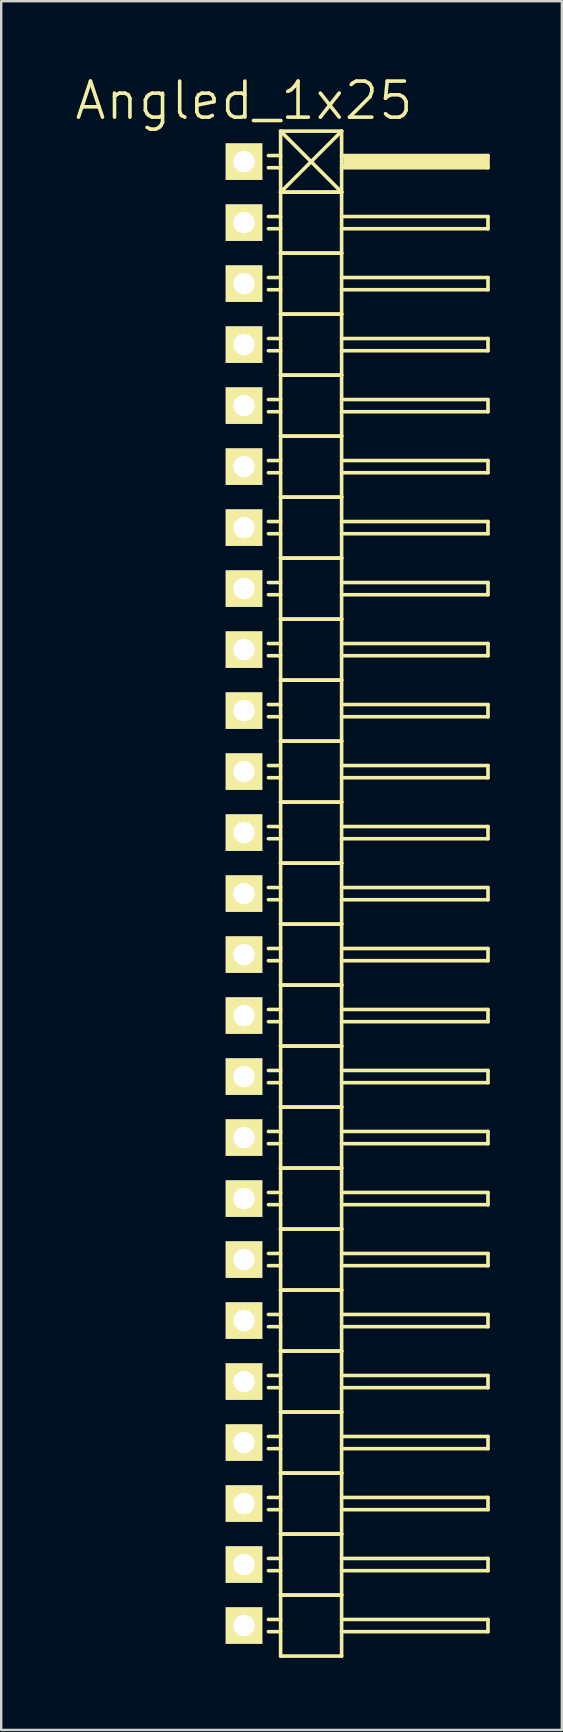
<source format=kicad_pcb>
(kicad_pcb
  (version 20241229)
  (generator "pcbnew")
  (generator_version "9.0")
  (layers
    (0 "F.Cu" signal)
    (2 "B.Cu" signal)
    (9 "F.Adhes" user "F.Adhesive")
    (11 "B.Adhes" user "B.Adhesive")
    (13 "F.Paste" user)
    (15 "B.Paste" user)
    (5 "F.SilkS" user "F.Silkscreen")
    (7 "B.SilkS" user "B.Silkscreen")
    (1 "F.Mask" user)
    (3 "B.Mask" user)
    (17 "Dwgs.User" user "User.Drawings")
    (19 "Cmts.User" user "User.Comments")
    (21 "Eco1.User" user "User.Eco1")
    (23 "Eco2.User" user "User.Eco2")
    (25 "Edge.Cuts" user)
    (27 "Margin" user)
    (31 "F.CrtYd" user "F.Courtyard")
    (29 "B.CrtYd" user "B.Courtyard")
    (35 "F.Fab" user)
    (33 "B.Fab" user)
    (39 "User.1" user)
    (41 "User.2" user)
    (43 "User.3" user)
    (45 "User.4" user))
  (footprint "Angled_1x25"
    (layer "F.Cu")
    (at 7.111 34.161)
    (property "Reference" "Angled_1x25" (at 0 -33.02 0) (layer "F.SilkS") (effects (font (size 1.5 1.5) (thickness 0.15))))
    (attr through_hole)
    (fp_line (start 1.524 -31.75) (end 1.524 -29.21) (stroke (width 0.15) (type solid)) (layer "F.SilkS"))
    (fp_line (start 1.524 -31.75) (end 4.064 -31.75) (stroke (width 0.15) (type solid)) (layer "F.SilkS"))
    (fp_line (start 1.524 -30.734) (end 1.016 -30.734) (stroke (width 0.15) (type solid)) (layer "F.SilkS"))
    (fp_line (start 1.524 -30.226) (end 1.016 -30.226) (stroke (width 0.15) (type solid)) (layer "F.SilkS"))
    (fp_line (start 1.524 -29.21) (end 1.524 -26.67) (stroke (width 0.15) (type solid)) (layer "F.SilkS"))
    (fp_line (start 1.524 -29.21) (end 4.064 -29.21) (stroke (width 0.15) (type solid)) (layer "F.SilkS"))
    (fp_line (start 1.524 -29.21) (end 4.064 -29.21) (stroke (width 0.15) (type solid)) (layer "F.SilkS"))
    (fp_line (start 1.524 -28.194) (end 1.016 -28.194) (stroke (width 0.15) (type solid)) (layer "F.SilkS"))
    (fp_line (start 1.524 -27.686) (end 1.016 -27.686) (stroke (width 0.15) (type solid)) (layer "F.SilkS"))
    (fp_line (start 1.524 -26.67) (end 1.524 -24.13) (stroke (width 0.15) (type solid)) (layer "F.SilkS"))
    (fp_line (start 1.524 -26.67) (end 4.064 -26.67) (stroke (width 0.15) (type solid)) (layer "F.SilkS"))
    (fp_line (start 1.524 -26.67) (end 4.064 -26.67) (stroke (width 0.15) (type solid)) (layer "F.SilkS"))
    (fp_line (start 1.524 -25.654) (end 1.016 -25.654) (stroke (width 0.15) (type solid)) (layer "F.SilkS"))
    (fp_line (start 1.524 -25.146) (end 1.016 -25.146) (stroke (width 0.15) (type solid)) (layer "F.SilkS"))
    (fp_line (start 1.524 -24.13) (end 1.524 -21.59) (stroke (width 0.15) (type solid)) (layer "F.SilkS"))
    (fp_line (start 1.524 -24.13) (end 4.064 -24.13) (stroke (width 0.15) (type solid)) (layer "F.SilkS"))
    (fp_line (start 1.524 -24.13) (end 4.064 -24.13) (stroke (width 0.15) (type solid)) (layer "F.SilkS"))
    (fp_line (start 1.524 -23.114) (end 1.016 -23.114) (stroke (width 0.15) (type solid)) (layer "F.SilkS"))
    (fp_line (start 1.524 -22.606) (end 1.016 -22.606) (stroke (width 0.15) (type solid)) (layer "F.SilkS"))
    (fp_line (start 1.524 -21.59) (end 1.524 -19.05) (stroke (width 0.15) (type solid)) (layer "F.SilkS"))
    (fp_line (start 1.524 -21.59) (end 4.064 -21.59) (stroke (width 0.15) (type solid)) (layer "F.SilkS"))
    (fp_line (start 1.524 -21.59) (end 4.064 -21.59) (stroke (width 0.15) (type solid)) (layer "F.SilkS"))
    (fp_line (start 1.524 -20.574) (end 1.016 -20.574) (stroke (width 0.15) (type solid)) (layer "F.SilkS"))
    (fp_line (start 1.524 -20.066) (end 1.016 -20.066) (stroke (width 0.15) (type solid)) (layer "F.SilkS"))
    (fp_line (start 1.524 -19.05) (end 1.524 -16.51) (stroke (width 0.15) (type solid)) (layer "F.SilkS"))
    (fp_line (start 1.524 -19.05) (end 4.064 -19.05) (stroke (width 0.15) (type solid)) (layer "F.SilkS"))
    (fp_line (start 1.524 -19.05) (end 4.064 -19.05) (stroke (width 0.15) (type solid)) (layer "F.SilkS"))
    (fp_line (start 1.524 -18.034) (end 1.016 -18.034) (stroke (width 0.15) (type solid)) (layer "F.SilkS"))
    (fp_line (start 1.524 -17.526) (end 1.016 -17.526) (stroke (width 0.15) (type solid)) (layer "F.SilkS"))
    (fp_line (start 1.524 -16.51) (end 1.524 -13.97) (stroke (width 0.15) (type solid)) (layer "F.SilkS"))
    (fp_line (start 1.524 -16.51) (end 4.064 -16.51) (stroke (width 0.15) (type solid)) (layer "F.SilkS"))
    (fp_line (start 1.524 -16.51) (end 4.064 -16.51) (stroke (width 0.15) (type solid)) (layer "F.SilkS"))
    (fp_line (start 1.524 -15.494) (end 1.016 -15.494) (stroke (width 0.15) (type solid)) (layer "F.SilkS"))
    (fp_line (start 1.524 -14.986) (end 1.016 -14.986) (stroke (width 0.15) (type solid)) (layer "F.SilkS"))
    (fp_line (start 1.524 -13.97) (end 1.524 -11.43) (stroke (width 0.15) (type solid)) (layer "F.SilkS"))
    (fp_line (start 1.524 -13.97) (end 4.064 -13.97) (stroke (width 0.15) (type solid)) (layer "F.SilkS"))
    (fp_line (start 1.524 -13.97) (end 4.064 -13.97) (stroke (width 0.15) (type solid)) (layer "F.SilkS"))
    (fp_line (start 1.524 -12.954) (end 1.016 -12.954) (stroke (width 0.15) (type solid)) (layer "F.SilkS"))
    (fp_line (start 1.524 -12.446) (end 1.016 -12.446) (stroke (width 0.15) (type solid)) (layer "F.SilkS"))
    (fp_line (start 1.524 -11.43) (end 1.524 -8.89) (stroke (width 0.15) (type solid)) (layer "F.SilkS"))
    (fp_line (start 1.524 -11.43) (end 4.064 -11.43) (stroke (width 0.15) (type solid)) (layer "F.SilkS"))
    (fp_line (start 1.524 -11.43) (end 4.064 -11.43) (stroke (width 0.15) (type solid)) (layer "F.SilkS"))
    (fp_line (start 1.524 -10.414) (end 1.016 -10.414) (stroke (width 0.15) (type solid)) (layer "F.SilkS"))
    (fp_line (start 1.524 -9.906) (end 1.016 -9.906) (stroke (width 0.15) (type solid)) (layer "F.SilkS"))
    (fp_line (start 1.524 -8.89) (end 1.524 -6.35) (stroke (width 0.15) (type solid)) (layer "F.SilkS"))
    (fp_line (start 1.524 -8.89) (end 4.064 -8.89) (stroke (width 0.15) (type solid)) (layer "F.SilkS"))
    (fp_line (start 1.524 -8.89) (end 4.064 -8.89) (stroke (width 0.15) (type solid)) (layer "F.SilkS"))
    (fp_line (start 1.524 -7.874) (end 1.016 -7.874) (stroke (width 0.15) (type solid)) (layer "F.SilkS"))
    (fp_line (start 1.524 -7.366) (end 1.016 -7.366) (stroke (width 0.15) (type solid)) (layer "F.SilkS"))
    (fp_line (start 1.524 -6.35) (end 1.524 -3.81) (stroke (width 0.15) (type solid)) (layer "F.SilkS"))
    (fp_line (start 1.524 -6.35) (end 4.064 -6.35) (stroke (width 0.15) (type solid)) (layer "F.SilkS"))
    (fp_line (start 1.524 -6.35) (end 4.064 -6.35) (stroke (width 0.15) (type solid)) (layer "F.SilkS"))
    (fp_line (start 1.524 -5.334) (end 1.016 -5.334) (stroke (width 0.15) (type solid)) (layer "F.SilkS"))
    (fp_line (start 1.524 -4.826) (end 1.016 -4.826) (stroke (width 0.15) (type solid)) (layer "F.SilkS"))
    (fp_line (start 1.524 -3.81) (end 1.524 -1.27) (stroke (width 0.15) (type solid)) (layer "F.SilkS"))
    (fp_line (start 1.524 -3.81) (end 4.064 -3.81) (stroke (width 0.15) (type solid)) (layer "F.SilkS"))
    (fp_line (start 1.524 -3.81) (end 4.064 -3.81) (stroke (width 0.15) (type solid)) (layer "F.SilkS"))
    (fp_line (start 1.524 -2.794) (end 1.016 -2.794) (stroke (width 0.15) (type solid)) (layer "F.SilkS"))
    (fp_line (start 1.524 -2.286) (end 1.016 -2.286) (stroke (width 0.15) (type solid)) (layer "F.SilkS"))
    (fp_line (start 1.524 -1.27) (end 1.524 1.27) (stroke (width 0.15) (type solid)) (layer "F.SilkS"))
    (fp_line (start 1.524 -1.27) (end 4.064 -1.27) (stroke (width 0.15) (type solid)) (layer "F.SilkS"))
    (fp_line (start 1.524 -1.27) (end 4.064 -1.27) (stroke (width 0.15) (type solid)) (layer "F.SilkS"))
    (fp_line (start 1.524 -0.254) (end 1.016 -0.254) (stroke (width 0.15) (type solid)) (layer "F.SilkS"))
    (fp_line (start 1.524 0.254) (end 1.016 0.254) (stroke (width 0.15) (type solid)) (layer "F.SilkS"))
    (fp_line (start 1.524 1.27) (end 1.524 3.81) (stroke (width 0.15) (type solid)) (layer "F.SilkS"))
    (fp_line (start 1.524 1.27) (end 4.064 1.27) (stroke (width 0.15) (type solid)) (layer "F.SilkS"))
    (fp_line (start 1.524 1.27) (end 4.064 1.27) (stroke (width 0.15) (type solid)) (layer "F.SilkS"))
    (fp_line (start 1.524 2.286) (end 1.016 2.286) (stroke (width 0.15) (type solid)) (layer "F.SilkS"))
    (fp_line (start 1.524 2.794) (end 1.016 2.794) (stroke (width 0.15) (type solid)) (layer "F.SilkS"))
    (fp_line (start 1.524 3.81) (end 1.524 6.35) (stroke (width 0.15) (type solid)) (layer "F.SilkS"))
    (fp_line (start 1.524 3.81) (end 4.064 3.81) (stroke (width 0.15) (type solid)) (layer "F.SilkS"))
    (fp_line (start 1.524 3.81) (end 4.064 3.81) (stroke (width 0.15) (type solid)) (layer "F.SilkS"))
    (fp_line (start 1.524 4.826) (end 1.016 4.826) (stroke (width 0.15) (type solid)) (layer "F.SilkS"))
    (fp_line (start 1.524 5.334) (end 1.016 5.334) (stroke (width 0.15) (type solid)) (layer "F.SilkS"))
    (fp_line (start 1.524 6.35) (end 1.524 8.89) (stroke (width 0.15) (type solid)) (layer "F.SilkS"))
    (fp_line (start 1.524 6.35) (end 4.064 6.35) (stroke (width 0.15) (type solid)) (layer "F.SilkS"))
    (fp_line (start 1.524 6.35) (end 4.064 6.35) (stroke (width 0.15) (type solid)) (layer "F.SilkS"))
    (fp_line (start 1.524 7.366) (end 1.016 7.366) (stroke (width 0.15) (type solid)) (layer "F.SilkS"))
    (fp_line (start 1.524 7.874) (end 1.016 7.874) (stroke (width 0.15) (type solid)) (layer "F.SilkS"))
    (fp_line (start 1.524 8.89) (end 1.524 11.43) (stroke (width 0.15) (type solid)) (layer "F.SilkS"))
    (fp_line (start 1.524 8.89) (end 4.064 8.89) (stroke (width 0.15) (type solid)) (layer "F.SilkS"))
    (fp_line (start 1.524 8.89) (end 4.064 8.89) (stroke (width 0.15) (type solid)) (layer "F.SilkS"))
    (fp_line (start 1.524 9.906) (end 1.016 9.906) (stroke (width 0.15) (type solid)) (layer "F.SilkS"))
    (fp_line (start 1.524 10.414) (end 1.016 10.414) (stroke (width 0.15) (type solid)) (layer "F.SilkS"))
    (fp_line (start 1.524 11.43) (end 1.524 13.97) (stroke (width 0.15) (type solid)) (layer "F.SilkS"))
    (fp_line (start 1.524 11.43) (end 4.064 11.43) (stroke (width 0.15) (type solid)) (layer "F.SilkS"))
    (fp_line (start 1.524 11.43) (end 4.064 11.43) (stroke (width 0.15) (type solid)) (layer "F.SilkS"))
    (fp_line (start 1.524 12.446) (end 1.016 12.446) (stroke (width 0.15) (type solid)) (layer "F.SilkS"))
    (fp_line (start 1.524 12.954) (end 1.016 12.954) (stroke (width 0.15) (type solid)) (layer "F.SilkS"))
    (fp_line (start 1.524 13.97) (end 1.524 16.51) (stroke (width 0.15) (type solid)) (layer "F.SilkS"))
    (fp_line (start 1.524 13.97) (end 4.064 13.97) (stroke (width 0.15) (type solid)) (layer "F.SilkS"))
    (fp_line (start 1.524 13.97) (end 4.064 13.97) (stroke (width 0.15) (type solid)) (layer "F.SilkS"))
    (fp_line (start 1.524 14.986) (end 1.016 14.986) (stroke (width 0.15) (type solid)) (layer "F.SilkS"))
    (fp_line (start 1.524 15.494) (end 1.016 15.494) (stroke (width 0.15) (type solid)) (layer "F.SilkS"))
    (fp_line (start 1.524 16.51) (end 1.524 19.05) (stroke (width 0.15) (type solid)) (layer "F.SilkS"))
    (fp_line (start 1.524 16.51) (end 4.064 16.51) (stroke (width 0.15) (type solid)) (layer "F.SilkS"))
    (fp_line (start 1.524 16.51) (end 4.064 16.51) (stroke (width 0.15) (type solid)) (layer "F.SilkS"))
    (fp_line (start 1.524 17.526) (end 1.016 17.526) (stroke (width 0.15) (type solid)) (layer "F.SilkS"))
    (fp_line (start 1.524 18.034) (end 1.016 18.034) (stroke (width 0.15) (type solid)) (layer "F.SilkS"))
    (fp_line (start 1.524 19.05) (end 1.524 21.59) (stroke (width 0.15) (type solid)) (layer "F.SilkS"))
    (fp_line (start 1.524 19.05) (end 4.064 19.05) (stroke (width 0.15) (type solid)) (layer "F.SilkS"))
    (fp_line (start 1.524 19.05) (end 4.064 19.05) (stroke (width 0.15) (type solid)) (layer "F.SilkS"))
    (fp_line (start 1.524 20.066) (end 1.016 20.066) (stroke (width 0.15) (type solid)) (layer "F.SilkS"))
    (fp_line (start 1.524 20.574) (end 1.016 20.574) (stroke (width 0.15) (type solid)) (layer "F.SilkS"))
    (fp_line (start 1.524 21.59) (end 1.524 24.13) (stroke (width 0.15) (type solid)) (layer "F.SilkS"))
    (fp_line (start 1.524 21.59) (end 4.064 21.59) (stroke (width 0.15) (type solid)) (layer "F.SilkS"))
    (fp_line (start 1.524 21.59) (end 4.064 21.59) (stroke (width 0.15) (type solid)) (layer "F.SilkS"))
    (fp_line (start 1.524 22.606) (end 1.016 22.606) (stroke (width 0.15) (type solid)) (layer "F.SilkS"))
    (fp_line (start 1.524 23.114) (end 1.016 23.114) (stroke (width 0.15) (type solid)) (layer "F.SilkS"))
    (fp_line (start 1.524 24.13) (end 1.524 26.67) (stroke (width 0.15) (type solid)) (layer "F.SilkS"))
    (fp_line (start 1.524 24.13) (end 4.064 24.13) (stroke (width 0.15) (type solid)) (layer "F.SilkS"))
    (fp_line (start 1.524 24.13) (end 4.064 24.13) (stroke (width 0.15) (type solid)) (layer "F.SilkS"))
    (fp_line (start 1.524 25.146) (end 1.016 25.146) (stroke (width 0.15) (type solid)) (layer "F.SilkS"))
    (fp_line (start 1.524 25.654) (end 1.016 25.654) (stroke (width 0.15) (type solid)) (layer "F.SilkS"))
    (fp_line (start 1.524 26.67) (end 1.524 29.21) (stroke (width 0.15) (type solid)) (layer "F.SilkS"))
    (fp_line (start 1.524 26.67) (end 4.064 26.67) (stroke (width 0.15) (type solid)) (layer "F.SilkS"))
    (fp_line (start 1.524 26.67) (end 4.064 26.67) (stroke (width 0.15) (type solid)) (layer "F.SilkS"))
    (fp_line (start 1.524 27.686) (end 1.016 27.686) (stroke (width 0.15) (type solid)) (layer "F.SilkS"))
    (fp_line (start 1.524 28.194) (end 1.016 28.194) (stroke (width 0.15) (type solid)) (layer "F.SilkS"))
    (fp_line (start 1.524 29.21) (end 1.524 31.75) (stroke (width 0.15) (type solid)) (layer "F.SilkS"))
    (fp_line (start 1.524 29.21) (end 4.064 29.21) (stroke (width 0.15) (type solid)) (layer "F.SilkS"))
    (fp_line (start 1.524 29.21) (end 4.064 29.21) (stroke (width 0.15) (type solid)) (layer "F.SilkS"))
    (fp_line (start 1.524 30.226) (end 1.016 30.226) (stroke (width 0.15) (type solid)) (layer "F.SilkS"))
    (fp_line (start 1.524 30.734) (end 1.016 30.734) (stroke (width 0.15) (type solid)) (layer "F.SilkS"))
    (fp_line (start 1.524 31.75) (end 4.064 31.75) (stroke (width 0.15) (type solid)) (layer "F.SilkS"))
    (fp_line (start 4.064 -31.75) (end 1.524 -29.21) (stroke (width 0.15) (type solid)) (layer "F.SilkS"))
    (fp_line (start 4.064 -30.734) (end 10.16 -30.734) (stroke (width 0.15) (type solid)) (layer "F.SilkS"))
    (fp_line (start 4.064 -29.21) (end 1.524 -31.75) (stroke (width 0.15) (type solid)) (layer "F.SilkS"))
    (fp_line (start 4.064 -29.21) (end 4.064 -31.75) (stroke (width 0.15) (type solid)) (layer "F.SilkS"))
    (fp_line (start 4.064 -28.194) (end 10.16 -28.194) (stroke (width 0.15) (type solid)) (layer "F.SilkS"))
    (fp_line (start 4.064 -26.67) (end 4.064 -29.21) (stroke (width 0.15) (type solid)) (layer "F.SilkS"))
    (fp_line (start 4.064 -25.654) (end 10.16 -25.654) (stroke (width 0.15) (type solid)) (layer "F.SilkS"))
    (fp_line (start 4.064 -24.13) (end 4.064 -26.67) (stroke (width 0.15) (type solid)) (layer "F.SilkS"))
    (fp_line (start 4.064 -23.114) (end 10.16 -23.114) (stroke (width 0.15) (type solid)) (layer "F.SilkS"))
    (fp_line (start 4.064 -21.59) (end 4.064 -24.13) (stroke (width 0.15) (type solid)) (layer "F.SilkS"))
    (fp_line (start 4.064 -20.574) (end 10.16 -20.574) (stroke (width 0.15) (type solid)) (layer "F.SilkS"))
    (fp_line (start 4.064 -19.05) (end 4.064 -21.59) (stroke (width 0.15) (type solid)) (layer "F.SilkS"))
    (fp_line (start 4.064 -18.034) (end 10.16 -18.034) (stroke (width 0.15) (type solid)) (layer "F.SilkS"))
    (fp_line (start 4.064 -16.51) (end 4.064 -19.05) (stroke (width 0.15) (type solid)) (layer "F.SilkS"))
    (fp_line (start 4.064 -15.494) (end 10.16 -15.494) (stroke (width 0.15) (type solid)) (layer "F.SilkS"))
    (fp_line (start 4.064 -13.97) (end 4.064 -16.51) (stroke (width 0.15) (type solid)) (layer "F.SilkS"))
    (fp_line (start 4.064 -12.954) (end 10.16 -12.954) (stroke (width 0.15) (type solid)) (layer "F.SilkS"))
    (fp_line (start 4.064 -11.43) (end 4.064 -13.97) (stroke (width 0.15) (type solid)) (layer "F.SilkS"))
    (fp_line (start 4.064 -10.414) (end 10.16 -10.414) (stroke (width 0.15) (type solid)) (layer "F.SilkS"))
    (fp_line (start 4.064 -8.89) (end 4.064 -11.43) (stroke (width 0.15) (type solid)) (layer "F.SilkS"))
    (fp_line (start 4.064 -7.874) (end 10.16 -7.874) (stroke (width 0.15) (type solid)) (layer "F.SilkS"))
    (fp_line (start 4.064 -6.35) (end 4.064 -8.89) (stroke (width 0.15) (type solid)) (layer "F.SilkS"))
    (fp_line (start 4.064 -5.334) (end 10.16 -5.334) (stroke (width 0.15) (type solid)) (layer "F.SilkS"))
    (fp_line (start 4.064 -3.81) (end 4.064 -6.35) (stroke (width 0.15) (type solid)) (layer "F.SilkS"))
    (fp_line (start 4.064 -2.794) (end 10.16 -2.794) (stroke (width 0.15) (type solid)) (layer "F.SilkS"))
    (fp_line (start 4.064 -1.27) (end 4.064 -3.81) (stroke (width 0.15) (type solid)) (layer "F.SilkS"))
    (fp_line (start 4.064 -0.254) (end 10.16 -0.254) (stroke (width 0.15) (type solid)) (layer "F.SilkS"))
    (fp_line (start 4.064 1.27) (end 4.064 -1.27) (stroke (width 0.15) (type solid)) (layer "F.SilkS"))
    (fp_line (start 4.064 2.286) (end 10.16 2.286) (stroke (width 0.15) (type solid)) (layer "F.SilkS"))
    (fp_line (start 4.064 3.81) (end 4.064 1.27) (stroke (width 0.15) (type solid)) (layer "F.SilkS"))
    (fp_line (start 4.064 4.826) (end 10.16 4.826) (stroke (width 0.15) (type solid)) (layer "F.SilkS"))
    (fp_line (start 4.064 6.35) (end 4.064 3.81) (stroke (width 0.15) (type solid)) (layer "F.SilkS"))
    (fp_line (start 4.064 7.366) (end 10.16 7.366) (stroke (width 0.15) (type solid)) (layer "F.SilkS"))
    (fp_line (start 4.064 8.89) (end 4.064 6.35) (stroke (width 0.15) (type solid)) (layer "F.SilkS"))
    (fp_line (start 4.064 9.906) (end 10.16 9.906) (stroke (width 0.15) (type solid)) (layer "F.SilkS"))
    (fp_line (start 4.064 11.43) (end 4.064 8.89) (stroke (width 0.15) (type solid)) (layer "F.SilkS"))
    (fp_line (start 4.064 12.446) (end 10.16 12.446) (stroke (width 0.15) (type solid)) (layer "F.SilkS"))
    (fp_line (start 4.064 13.97) (end 4.064 11.43) (stroke (width 0.15) (type solid)) (layer "F.SilkS"))
    (fp_line (start 4.064 14.986) (end 10.16 14.986) (stroke (width 0.15) (type solid)) (layer "F.SilkS"))
    (fp_line (start 4.064 16.51) (end 4.064 13.97) (stroke (width 0.15) (type solid)) (layer "F.SilkS"))
    (fp_line (start 4.064 17.526) (end 10.16 17.526) (stroke (width 0.15) (type solid)) (layer "F.SilkS"))
    (fp_line (start 4.064 19.05) (end 4.064 16.51) (stroke (width 0.15) (type solid)) (layer "F.SilkS"))
    (fp_line (start 4.064 20.066) (end 10.16 20.066) (stroke (width 0.15) (type solid)) (layer "F.SilkS"))
    (fp_line (start 4.064 21.59) (end 4.064 19.05) (stroke (width 0.15) (type solid)) (layer "F.SilkS"))
    (fp_line (start 4.064 22.606) (end 10.16 22.606) (stroke (width 0.15) (type solid)) (layer "F.SilkS"))
    (fp_line (start 4.064 24.13) (end 4.064 21.59) (stroke (width 0.15) (type solid)) (layer "F.SilkS"))
    (fp_line (start 4.064 25.146) (end 10.16 25.146) (stroke (width 0.15) (type solid)) (layer "F.SilkS"))
    (fp_line (start 4.064 26.67) (end 4.064 24.13) (stroke (width 0.15) (type solid)) (layer "F.SilkS"))
    (fp_line (start 4.064 27.686) (end 10.16 27.686) (stroke (width 0.15) (type solid)) (layer "F.SilkS"))
    (fp_line (start 4.064 29.21) (end 4.064 26.67) (stroke (width 0.15) (type solid)) (layer "F.SilkS"))
    (fp_line (start 4.064 30.226) (end 10.16 30.226) (stroke (width 0.15) (type solid)) (layer "F.SilkS"))
    (fp_line (start 4.064 31.75) (end 4.064 29.21) (stroke (width 0.15) (type solid)) (layer "F.SilkS"))
    (fp_line (start 4.191 -30.607) (end 10.033 -30.607) (stroke (width 0.15) (type solid)) (layer "F.SilkS"))
    (fp_line (start 4.191 -30.48) (end 10.033 -30.48) (stroke (width 0.15) (type solid)) (layer "F.SilkS"))
    (fp_line (start 10.033 -30.607) (end 10.033 -30.353) (stroke (width 0.15) (type solid)) (layer "F.SilkS"))
    (fp_line (start 10.033 -30.353) (end 4.191 -30.353) (stroke (width 0.15) (type solid)) (layer "F.SilkS"))
    (fp_line (start 10.16 -30.734) (end 10.16 -30.226) (stroke (width 0.15) (type solid)) (layer "F.SilkS"))
    (fp_line (start 10.16 -30.226) (end 4.064 -30.226) (stroke (width 0.15) (type solid)) (layer "F.SilkS"))
    (fp_line (start 10.16 -28.194) (end 10.16 -27.686) (stroke (width 0.15) (type solid)) (layer "F.SilkS"))
    (fp_line (start 10.16 -27.686) (end 4.064 -27.686) (stroke (width 0.15) (type solid)) (layer "F.SilkS"))
    (fp_line (start 10.16 -25.654) (end 10.16 -25.146) (stroke (width 0.15) (type solid)) (layer "F.SilkS"))
    (fp_line (start 10.16 -25.146) (end 4.064 -25.146) (stroke (width 0.15) (type solid)) (layer "F.SilkS"))
    (fp_line (start 10.16 -23.114) (end 10.16 -22.606) (stroke (width 0.15) (type solid)) (layer "F.SilkS"))
    (fp_line (start 10.16 -22.606) (end 4.064 -22.606) (stroke (width 0.15) (type solid)) (layer "F.SilkS"))
    (fp_line (start 10.16 -20.574) (end 10.16 -20.066) (stroke (width 0.15) (type solid)) (layer "F.SilkS"))
    (fp_line (start 10.16 -20.066) (end 4.064 -20.066) (stroke (width 0.15) (type solid)) (layer "F.SilkS"))
    (fp_line (start 10.16 -18.034) (end 10.16 -17.526) (stroke (width 0.15) (type solid)) (layer "F.SilkS"))
    (fp_line (start 10.16 -17.526) (end 4.064 -17.526) (stroke (width 0.15) (type solid)) (layer "F.SilkS"))
    (fp_line (start 10.16 -15.494) (end 10.16 -14.986) (stroke (width 0.15) (type solid)) (layer "F.SilkS"))
    (fp_line (start 10.16 -14.986) (end 4.064 -14.986) (stroke (width 0.15) (type solid)) (layer "F.SilkS"))
    (fp_line (start 10.16 -12.954) (end 10.16 -12.446) (stroke (width 0.15) (type solid)) (layer "F.SilkS"))
    (fp_line (start 10.16 -12.446) (end 4.064 -12.446) (stroke (width 0.15) (type solid)) (layer "F.SilkS"))
    (fp_line (start 10.16 -10.414) (end 10.16 -9.906) (stroke (width 0.15) (type solid)) (layer "F.SilkS"))
    (fp_line (start 10.16 -9.906) (end 4.064 -9.906) (stroke (width 0.15) (type solid)) (layer "F.SilkS"))
    (fp_line (start 10.16 -7.874) (end 10.16 -7.366) (stroke (width 0.15) (type solid)) (layer "F.SilkS"))
    (fp_line (start 10.16 -7.366) (end 4.064 -7.366) (stroke (width 0.15) (type solid)) (layer "F.SilkS"))
    (fp_line (start 10.16 -5.334) (end 10.16 -4.826) (stroke (width 0.15) (type solid)) (layer "F.SilkS"))
    (fp_line (start 10.16 -4.826) (end 4.064 -4.826) (stroke (width 0.15) (type solid)) (layer "F.SilkS"))
    (fp_line (start 10.16 -2.794) (end 10.16 -2.286) (stroke (width 0.15) (type solid)) (layer "F.SilkS"))
    (fp_line (start 10.16 -2.286) (end 4.064 -2.286) (stroke (width 0.15) (type solid)) (layer "F.SilkS"))
    (fp_line (start 10.16 -0.254) (end 10.16 0.254) (stroke (width 0.15) (type solid)) (layer "F.SilkS"))
    (fp_line (start 10.16 0.254) (end 4.064 0.254) (stroke (width 0.15) (type solid)) (layer "F.SilkS"))
    (fp_line (start 10.16 2.286) (end 10.16 2.794) (stroke (width 0.15) (type solid)) (layer "F.SilkS"))
    (fp_line (start 10.16 2.794) (end 4.064 2.794) (stroke (width 0.15) (type solid)) (layer "F.SilkS"))
    (fp_line (start 10.16 4.826) (end 10.16 5.334) (stroke (width 0.15) (type solid)) (layer "F.SilkS"))
    (fp_line (start 10.16 5.334) (end 4.064 5.334) (stroke (width 0.15) (type solid)) (layer "F.SilkS"))
    (fp_line (start 10.16 7.366) (end 10.16 7.874) (stroke (width 0.15) (type solid)) (layer "F.SilkS"))
    (fp_line (start 10.16 7.874) (end 4.064 7.874) (stroke (width 0.15) (type solid)) (layer "F.SilkS"))
    (fp_line (start 10.16 9.906) (end 10.16 10.414) (stroke (width 0.15) (type solid)) (layer "F.SilkS"))
    (fp_line (start 10.16 10.414) (end 4.064 10.414) (stroke (width 0.15) (type solid)) (layer "F.SilkS"))
    (fp_line (start 10.16 12.446) (end 10.16 12.954) (stroke (width 0.15) (type solid)) (layer "F.SilkS"))
    (fp_line (start 10.16 12.954) (end 4.064 12.954) (stroke (width 0.15) (type solid)) (layer "F.SilkS"))
    (fp_line (start 10.16 14.986) (end 10.16 15.494) (stroke (width 0.15) (type solid)) (layer "F.SilkS"))
    (fp_line (start 10.16 15.494) (end 4.064 15.494) (stroke (width 0.15) (type solid)) (layer "F.SilkS"))
    (fp_line (start 10.16 17.526) (end 10.16 18.034) (stroke (width 0.15) (type solid)) (layer "F.SilkS"))
    (fp_line (start 10.16 18.034) (end 4.064 18.034) (stroke (width 0.15) (type solid)) (layer "F.SilkS"))
    (fp_line (start 10.16 20.066) (end 10.16 20.574) (stroke (width 0.15) (type solid)) (layer "F.SilkS"))
    (fp_line (start 10.16 20.574) (end 4.064 20.574) (stroke (width 0.15) (type solid)) (layer "F.SilkS"))
    (fp_line (start 10.16 22.606) (end 10.16 23.114) (stroke (width 0.15) (type solid)) (layer "F.SilkS"))
    (fp_line (start 10.16 23.114) (end 4.064 23.114) (stroke (width 0.15) (type solid)) (layer "F.SilkS"))
    (fp_line (start 10.16 25.146) (end 10.16 25.654) (stroke (width 0.15) (type solid)) (layer "F.SilkS"))
    (fp_line (start 10.16 25.654) (end 4.064 25.654) (stroke (width 0.15) (type solid)) (layer "F.SilkS"))
    (fp_line (start 10.16 27.686) (end 10.16 28.194) (stroke (width 0.15) (type solid)) (layer "F.SilkS"))
    (fp_line (start 10.16 28.194) (end 4.064 28.194) (stroke (width 0.15) (type solid)) (layer "F.SilkS"))
    (fp_line (start 10.16 30.226) (end 10.16 30.734) (stroke (width 0.15) (type solid)) (layer "F.SilkS"))
    (fp_line (start 10.16 30.734) (end 4.064 30.734) (stroke (width 0.15) (type solid)) (layer "F.SilkS"))
    (pad "1" thru_hole rect (at 0 -30.48) (size 1.524 1.524) (drill 0.889) (layers "*.Cu" "*.Mask" "F.SilkS"))
    (pad "2" thru_hole rect (at 0 -27.94) (size 1.524 1.524) (drill 0.889) (layers "*.Cu" "*.Mask" "F.SilkS"))
    (pad "3" thru_hole rect (at 0 -25.4) (size 1.524 1.524) (drill 0.889) (layers "*.Cu" "*.Mask" "F.SilkS"))
    (pad "4" thru_hole rect (at 0 -22.86) (size 1.524 1.524) (drill 0.889) (layers "*.Cu" "*.Mask" "F.SilkS"))
    (pad "5" thru_hole rect (at 0 -20.32) (size 1.524 1.524) (drill 0.889) (layers "*.Cu" "*.Mask" "F.SilkS"))
    (pad "6" thru_hole rect (at 0 -17.78) (size 1.524 1.524) (drill 0.889) (layers "*.Cu" "*.Mask" "F.SilkS"))
    (pad "7" thru_hole rect (at 0 -15.24) (size 1.524 1.524) (drill 0.889) (layers "*.Cu" "*.Mask" "F.SilkS"))
    (pad "8" thru_hole rect (at 0 -12.7) (size 1.524 1.524) (drill 0.889) (layers "*.Cu" "*.Mask" "F.SilkS"))
    (pad "9" thru_hole rect (at 0 -10.16) (size 1.524 1.524) (drill 0.889) (layers "*.Cu" "*.Mask" "F.SilkS"))
    (pad "10" thru_hole rect (at 0 -7.62) (size 1.524 1.524) (drill 0.889) (layers "*.Cu" "*.Mask" "F.SilkS"))
    (pad "11" thru_hole rect (at 0 -5.08) (size 1.524 1.524) (drill 0.889) (layers "*.Cu" "*.Mask" "F.SilkS"))
    (pad "12" thru_hole rect (at 0 -2.54) (size 1.524 1.524) (drill 0.889) (layers "*.Cu" "*.Mask" "F.SilkS"))
    (pad "13" thru_hole rect (at 0 0) (size 1.524 1.524) (drill 0.889) (layers "*.Cu" "*.Mask" "F.SilkS"))
    (pad "14" thru_hole rect (at 0 2.54) (size 1.524 1.524) (drill 0.889) (layers "*.Cu" "*.Mask" "F.SilkS"))
    (pad "15" thru_hole rect (at 0 5.08) (size 1.524 1.524) (drill 0.889) (layers "*.Cu" "*.Mask" "F.SilkS"))
    (pad "16" thru_hole rect (at 0 7.62) (size 1.524 1.524) (drill 0.889) (layers "*.Cu" "*.Mask" "F.SilkS"))
    (pad "17" thru_hole rect (at 0 10.16) (size 1.524 1.524) (drill 0.889) (layers "*.Cu" "*.Mask" "F.SilkS"))
    (pad "18" thru_hole rect (at 0 12.7) (size 1.524 1.524) (drill 0.889) (layers "*.Cu" "*.Mask" "F.SilkS"))
    (pad "19" thru_hole rect (at 0 15.24) (size 1.524 1.524) (drill 0.889) (layers "*.Cu" "*.Mask" "F.SilkS"))
    (pad "20" thru_hole rect (at 0 17.78) (size 1.524 1.524) (drill 0.889) (layers "*.Cu" "*.Mask" "F.SilkS"))
    (pad "21" thru_hole rect (at 0 20.32) (size 1.524 1.524) (drill 0.889) (layers "*.Cu" "*.Mask" "F.SilkS"))
    (pad "22" thru_hole rect (at 0 22.86) (size 1.524 1.524) (drill 0.889) (layers "*.Cu" "*.Mask" "F.SilkS"))
    (pad "23" thru_hole rect (at 0 25.4) (size 1.524 1.524) (drill 0.889) (layers "*.Cu" "*.Mask" "F.SilkS"))
    (pad "24" thru_hole rect (at 0 27.94) (size 1.524 1.524) (drill 0.889) (layers "*.Cu" "*.Mask" "F.SilkS"))
    (pad "25" thru_hole rect (at 0 30.48) (size 1.524 1.524) (drill 0.889) (layers "*.Cu" "*.Mask" "F.SilkS")))
  (gr_rect
    (start -3 -3)
    (end 20.346 68.986)
    (stroke (width 0.1) (type default))
    (fill no)
    (layer "Edge.Cuts")))
</source>
